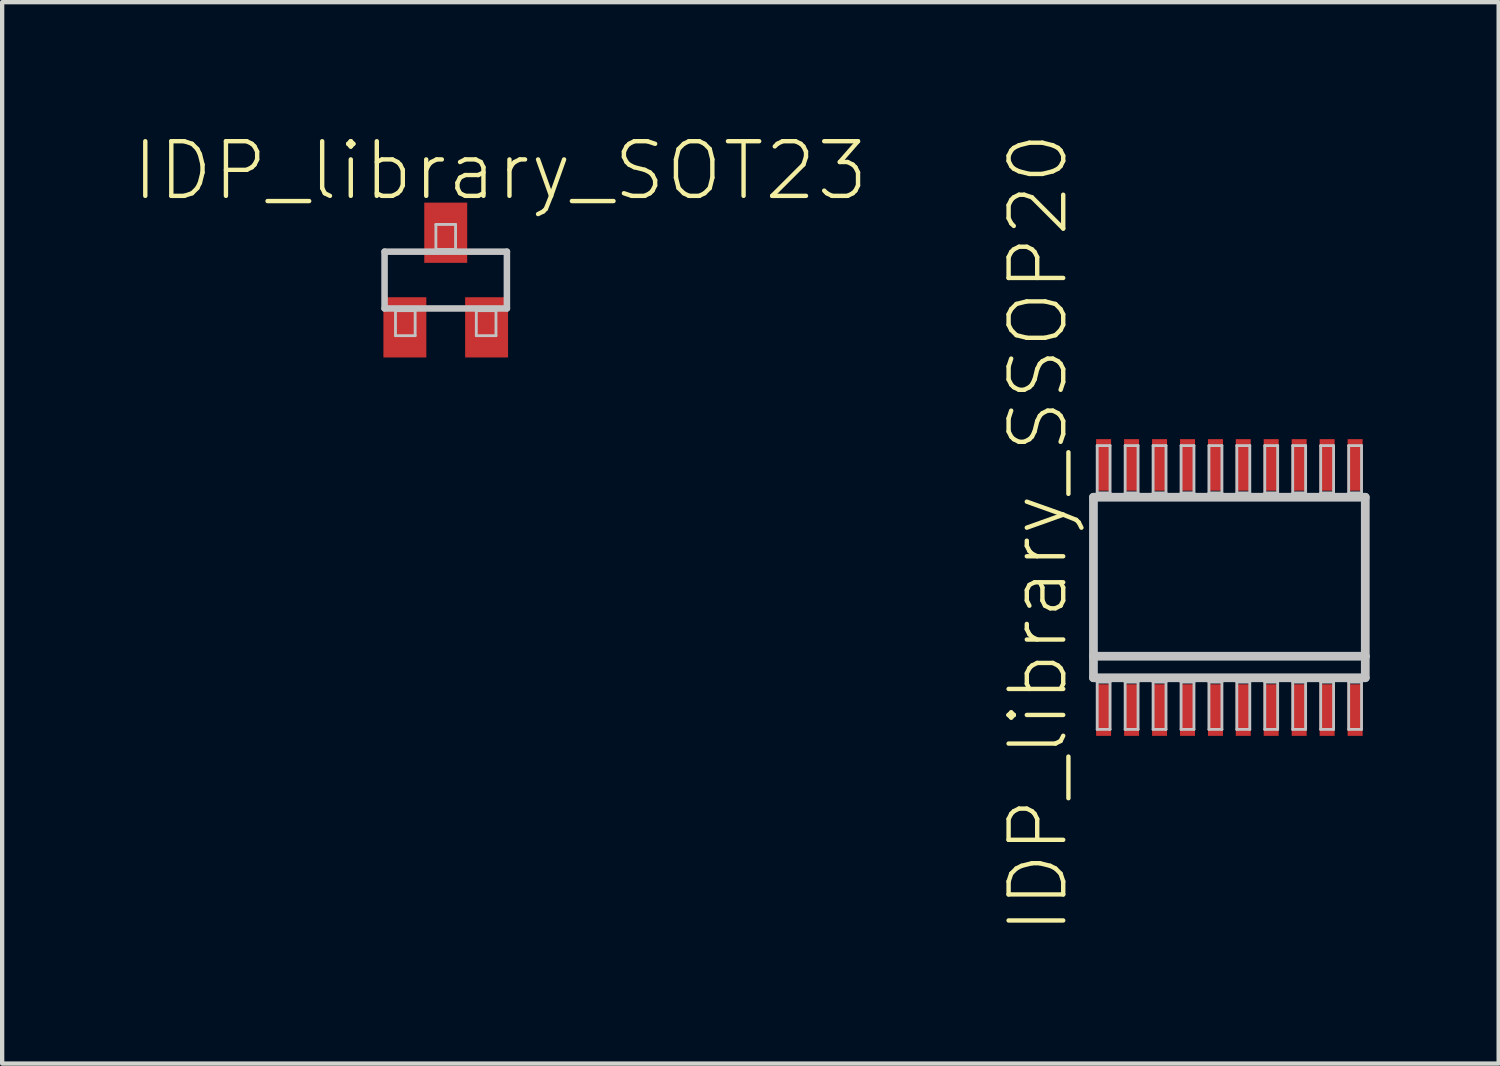
<source format=kicad_pcb>
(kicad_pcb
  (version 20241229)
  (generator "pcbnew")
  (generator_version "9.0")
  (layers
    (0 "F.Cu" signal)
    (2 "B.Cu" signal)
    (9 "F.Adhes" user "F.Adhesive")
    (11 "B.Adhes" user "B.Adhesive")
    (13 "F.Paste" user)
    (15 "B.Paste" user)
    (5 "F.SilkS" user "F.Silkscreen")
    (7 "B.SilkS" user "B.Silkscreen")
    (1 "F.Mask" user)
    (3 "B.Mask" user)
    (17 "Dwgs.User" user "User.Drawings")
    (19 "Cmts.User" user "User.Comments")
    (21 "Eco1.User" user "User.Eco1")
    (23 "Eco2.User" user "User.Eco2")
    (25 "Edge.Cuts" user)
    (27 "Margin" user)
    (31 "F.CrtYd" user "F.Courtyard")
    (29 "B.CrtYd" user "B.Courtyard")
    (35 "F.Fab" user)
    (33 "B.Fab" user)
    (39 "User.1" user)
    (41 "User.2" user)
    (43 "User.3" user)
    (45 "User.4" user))
  (footprint "IDP_library_SOT23"
    (layer "F.Cu")
    (at 7.313 3.461)
    (property "Reference" "IDP_library_SOT23" (at 1.27 -2.54 0) (layer "F.SilkS") (effects (font (size 1.27 1.27) (thickness 0.102))))
    (attr smd)
    (fp_line (start -1.422 -0.66) (end 1.422 -0.66) (stroke (width 0.152) (type solid)) (layer "Dwgs.User"))
    (fp_line (start -1.422 0.66) (end -1.422 -0.66) (stroke (width 0.152) (type solid)) (layer "Dwgs.User"))
    (fp_line (start -1.168 0.711) (end -0.711 0.711) (stroke (width 0.066) (type solid)) (layer "Dwgs.User"))
    (fp_line (start -1.168 1.293) (end -1.168 0.711) (stroke (width 0.066) (type solid)) (layer "Dwgs.User"))
    (fp_line (start -1.168 1.293) (end -0.711 1.293) (stroke (width 0.066) (type solid)) (layer "Dwgs.User"))
    (fp_line (start -0.711 1.293) (end -0.711 0.711) (stroke (width 0.066) (type solid)) (layer "Dwgs.User"))
    (fp_line (start -0.229 -1.293) (end 0.229 -1.293) (stroke (width 0.066) (type solid)) (layer "Dwgs.User"))
    (fp_line (start -0.229 -0.711) (end -0.229 -1.293) (stroke (width 0.066) (type solid)) (layer "Dwgs.User"))
    (fp_line (start -0.229 -0.711) (end 0.229 -0.711) (stroke (width 0.066) (type solid)) (layer "Dwgs.User"))
    (fp_line (start 0.229 -0.711) (end 0.229 -1.293) (stroke (width 0.066) (type solid)) (layer "Dwgs.User"))
    (fp_line (start 0.711 0.711) (end 1.168 0.711) (stroke (width 0.066) (type solid)) (layer "Dwgs.User"))
    (fp_line (start 0.711 1.293) (end 0.711 0.711) (stroke (width 0.066) (type solid)) (layer "Dwgs.User"))
    (fp_line (start 0.711 1.293) (end 1.168 1.293) (stroke (width 0.066) (type solid)) (layer "Dwgs.User"))
    (fp_line (start 1.168 1.293) (end 1.168 0.711) (stroke (width 0.066) (type solid)) (layer "Dwgs.User"))
    (fp_line (start 1.422 -0.66) (end 1.422 0.66) (stroke (width 0.152) (type solid)) (layer "Dwgs.User"))
    (fp_line (start 1.422 0.66) (end -1.422 0.66) (stroke (width 0.152) (type solid)) (layer "Dwgs.User"))
    (pad "1" smd rect (at -0.95 1.1) (size 0.998 1.4) (layers "F.Cu" "F.Mask" "F.Paste"))
    (pad "2" smd rect (at 0.95 1.1) (size 0.998 1.4) (layers "F.Cu" "F.Mask" "F.Paste"))
    (pad "3" smd rect (at 0 -1.1) (size 0.998 1.4) (layers "F.Cu" "F.Mask" "F.Paste")))
  (footprint "IDP_library_SSOP20"
    (layer "F.Cu")
    (at 25.532 10.609)
    (property "Reference" "IDP_library_SSOP20" (at -4.445 -1.27 90) (layer "F.SilkS") (effects (font (size 1.27 1.27) (thickness 0.102))))
    (attr smd)
    (fp_line (start -3.16 -2.098) (end 3.16 -2.098) (stroke (width 0.203) (type solid)) (layer "Dwgs.User"))
    (fp_line (start -3.16 1.598) (end -3.16 -2.098) (stroke (width 0.203) (type solid)) (layer "Dwgs.User"))
    (fp_line (start -3.16 2.098) (end -3.16 1.598) (stroke (width 0.203) (type solid)) (layer "Dwgs.User"))
    (fp_line (start -3.073 -3.299) (end -3.073 -2.2) (stroke (width 0.066) (type solid)) (layer "Dwgs.User"))
    (fp_line (start -3.073 2.2) (end -2.774 2.2) (stroke (width 0.066) (type solid)) (layer "Dwgs.User"))
    (fp_line (start -3.073 3.299) (end -3.073 2.2) (stroke (width 0.066) (type solid)) (layer "Dwgs.User"))
    (fp_line (start -3.073 3.299) (end -2.774 3.299) (stroke (width 0.066) (type solid)) (layer "Dwgs.User"))
    (fp_line (start -2.774 -3.299) (end -3.073 -3.299) (stroke (width 0.066) (type solid)) (layer "Dwgs.User"))
    (fp_line (start -2.774 -3.299) (end -2.774 -2.2) (stroke (width 0.066) (type solid)) (layer "Dwgs.User"))
    (fp_line (start -2.774 -2.2) (end -3.073 -2.2) (stroke (width 0.066) (type solid)) (layer "Dwgs.User"))
    (fp_line (start -2.774 3.299) (end -2.774 2.2) (stroke (width 0.066) (type solid)) (layer "Dwgs.User"))
    (fp_line (start -2.423 -3.299) (end -2.423 -2.2) (stroke (width 0.066) (type solid)) (layer "Dwgs.User"))
    (fp_line (start -2.423 2.2) (end -2.123 2.2) (stroke (width 0.066) (type solid)) (layer "Dwgs.User"))
    (fp_line (start -2.423 3.299) (end -2.423 2.2) (stroke (width 0.066) (type solid)) (layer "Dwgs.User"))
    (fp_line (start -2.423 3.299) (end -2.123 3.299) (stroke (width 0.066) (type solid)) (layer "Dwgs.User"))
    (fp_line (start -2.123 -3.299) (end -2.423 -3.299) (stroke (width 0.066) (type solid)) (layer "Dwgs.User"))
    (fp_line (start -2.123 -3.299) (end -2.123 -2.2) (stroke (width 0.066) (type solid)) (layer "Dwgs.User"))
    (fp_line (start -2.123 -2.2) (end -2.423 -2.2) (stroke (width 0.066) (type solid)) (layer "Dwgs.User"))
    (fp_line (start -2.123 3.299) (end -2.123 2.2) (stroke (width 0.066) (type solid)) (layer "Dwgs.User"))
    (fp_line (start -1.773 -3.299) (end -1.773 -2.2) (stroke (width 0.066) (type solid)) (layer "Dwgs.User"))
    (fp_line (start -1.773 2.2) (end -1.473 2.2) (stroke (width 0.066) (type solid)) (layer "Dwgs.User"))
    (fp_line (start -1.773 3.299) (end -1.773 2.2) (stroke (width 0.066) (type solid)) (layer "Dwgs.User"))
    (fp_line (start -1.773 3.299) (end -1.473 3.299) (stroke (width 0.066) (type solid)) (layer "Dwgs.User"))
    (fp_line (start -1.473 -3.299) (end -1.773 -3.299) (stroke (width 0.066) (type solid)) (layer "Dwgs.User"))
    (fp_line (start -1.473 -3.299) (end -1.473 -2.2) (stroke (width 0.066) (type solid)) (layer "Dwgs.User"))
    (fp_line (start -1.473 -2.2) (end -1.773 -2.2) (stroke (width 0.066) (type solid)) (layer "Dwgs.User"))
    (fp_line (start -1.473 3.299) (end -1.473 2.2) (stroke (width 0.066) (type solid)) (layer "Dwgs.User"))
    (fp_line (start -1.123 -3.299) (end -1.123 -2.2) (stroke (width 0.066) (type solid)) (layer "Dwgs.User"))
    (fp_line (start -1.123 2.2) (end -0.823 2.2) (stroke (width 0.066) (type solid)) (layer "Dwgs.User"))
    (fp_line (start -1.123 3.299) (end -1.123 2.2) (stroke (width 0.066) (type solid)) (layer "Dwgs.User"))
    (fp_line (start -1.123 3.299) (end -0.823 3.299) (stroke (width 0.066) (type solid)) (layer "Dwgs.User"))
    (fp_line (start -0.823 -3.299) (end -1.123 -3.299) (stroke (width 0.066) (type solid)) (layer "Dwgs.User"))
    (fp_line (start -0.823 -3.299) (end -0.823 -2.2) (stroke (width 0.066) (type solid)) (layer "Dwgs.User"))
    (fp_line (start -0.823 -2.2) (end -1.123 -2.2) (stroke (width 0.066) (type solid)) (layer "Dwgs.User"))
    (fp_line (start -0.823 3.299) (end -0.823 2.2) (stroke (width 0.066) (type solid)) (layer "Dwgs.User"))
    (fp_line (start -0.475 -3.299) (end -0.475 -2.2) (stroke (width 0.066) (type solid)) (layer "Dwgs.User"))
    (fp_line (start -0.475 2.2) (end -0.173 2.2) (stroke (width 0.066) (type solid)) (layer "Dwgs.User"))
    (fp_line (start -0.475 3.299) (end -0.475 2.2) (stroke (width 0.066) (type solid)) (layer "Dwgs.User"))
    (fp_line (start -0.475 3.299) (end -0.173 3.299) (stroke (width 0.066) (type solid)) (layer "Dwgs.User"))
    (fp_line (start -0.173 -3.299) (end -0.475 -3.299) (stroke (width 0.066) (type solid)) (layer "Dwgs.User"))
    (fp_line (start -0.173 -3.299) (end -0.173 -2.2) (stroke (width 0.066) (type solid)) (layer "Dwgs.User"))
    (fp_line (start -0.173 -2.2) (end -0.475 -2.2) (stroke (width 0.066) (type solid)) (layer "Dwgs.User"))
    (fp_line (start -0.173 3.299) (end -0.173 2.2) (stroke (width 0.066) (type solid)) (layer "Dwgs.User"))
    (fp_line (start 0.173 -3.299) (end 0.173 -2.2) (stroke (width 0.066) (type solid)) (layer "Dwgs.User"))
    (fp_line (start 0.173 2.2) (end 0.475 2.2) (stroke (width 0.066) (type solid)) (layer "Dwgs.User"))
    (fp_line (start 0.173 3.299) (end 0.173 2.2) (stroke (width 0.066) (type solid)) (layer "Dwgs.User"))
    (fp_line (start 0.173 3.299) (end 0.475 3.299) (stroke (width 0.066) (type solid)) (layer "Dwgs.User"))
    (fp_line (start 0.475 -3.299) (end 0.173 -3.299) (stroke (width 0.066) (type solid)) (layer "Dwgs.User"))
    (fp_line (start 0.475 -3.299) (end 0.475 -2.2) (stroke (width 0.066) (type solid)) (layer "Dwgs.User"))
    (fp_line (start 0.475 -2.2) (end 0.173 -2.2) (stroke (width 0.066) (type solid)) (layer "Dwgs.User"))
    (fp_line (start 0.475 3.299) (end 0.475 2.2) (stroke (width 0.066) (type solid)) (layer "Dwgs.User"))
    (fp_line (start 0.823 -3.299) (end 0.823 -2.2) (stroke (width 0.066) (type solid)) (layer "Dwgs.User"))
    (fp_line (start 0.823 2.2) (end 1.123 2.2) (stroke (width 0.066) (type solid)) (layer "Dwgs.User"))
    (fp_line (start 0.823 3.299) (end 0.823 2.2) (stroke (width 0.066) (type solid)) (layer "Dwgs.User"))
    (fp_line (start 0.823 3.299) (end 1.123 3.299) (stroke (width 0.066) (type solid)) (layer "Dwgs.User"))
    (fp_line (start 1.123 -3.299) (end 0.823 -3.299) (stroke (width 0.066) (type solid)) (layer "Dwgs.User"))
    (fp_line (start 1.123 -3.299) (end 1.123 -2.2) (stroke (width 0.066) (type solid)) (layer "Dwgs.User"))
    (fp_line (start 1.123 -2.2) (end 0.823 -2.2) (stroke (width 0.066) (type solid)) (layer "Dwgs.User"))
    (fp_line (start 1.123 3.299) (end 1.123 2.2) (stroke (width 0.066) (type solid)) (layer "Dwgs.User"))
    (fp_line (start 1.473 -3.299) (end 1.473 -2.2) (stroke (width 0.066) (type solid)) (layer "Dwgs.User"))
    (fp_line (start 1.473 2.2) (end 1.773 2.2) (stroke (width 0.066) (type solid)) (layer "Dwgs.User"))
    (fp_line (start 1.473 3.299) (end 1.473 2.2) (stroke (width 0.066) (type solid)) (layer "Dwgs.User"))
    (fp_line (start 1.473 3.299) (end 1.773 3.299) (stroke (width 0.066) (type solid)) (layer "Dwgs.User"))
    (fp_line (start 1.773 -3.299) (end 1.473 -3.299) (stroke (width 0.066) (type solid)) (layer "Dwgs.User"))
    (fp_line (start 1.773 -3.299) (end 1.773 -2.2) (stroke (width 0.066) (type solid)) (layer "Dwgs.User"))
    (fp_line (start 1.773 -2.2) (end 1.473 -2.2) (stroke (width 0.066) (type solid)) (layer "Dwgs.User"))
    (fp_line (start 1.773 3.299) (end 1.773 2.2) (stroke (width 0.066) (type solid)) (layer "Dwgs.User"))
    (fp_line (start 2.123 -3.299) (end 2.123 -2.2) (stroke (width 0.066) (type solid)) (layer "Dwgs.User"))
    (fp_line (start 2.123 2.2) (end 2.423 2.2) (stroke (width 0.066) (type solid)) (layer "Dwgs.User"))
    (fp_line (start 2.123 3.299) (end 2.123 2.2) (stroke (width 0.066) (type solid)) (layer "Dwgs.User"))
    (fp_line (start 2.123 3.299) (end 2.423 3.299) (stroke (width 0.066) (type solid)) (layer "Dwgs.User"))
    (fp_line (start 2.423 -3.299) (end 2.123 -3.299) (stroke (width 0.066) (type solid)) (layer "Dwgs.User"))
    (fp_line (start 2.423 -3.299) (end 2.423 -2.2) (stroke (width 0.066) (type solid)) (layer "Dwgs.User"))
    (fp_line (start 2.423 -2.2) (end 2.123 -2.2) (stroke (width 0.066) (type solid)) (layer "Dwgs.User"))
    (fp_line (start 2.423 3.299) (end 2.423 2.2) (stroke (width 0.066) (type solid)) (layer "Dwgs.User"))
    (fp_line (start 2.774 -3.299) (end 2.774 -2.2) (stroke (width 0.066) (type solid)) (layer "Dwgs.User"))
    (fp_line (start 2.774 2.2) (end 3.073 2.2) (stroke (width 0.066) (type solid)) (layer "Dwgs.User"))
    (fp_line (start 2.774 3.299) (end 2.774 2.2) (stroke (width 0.066) (type solid)) (layer "Dwgs.User"))
    (fp_line (start 2.774 3.299) (end 3.073 3.299) (stroke (width 0.066) (type solid)) (layer "Dwgs.User"))
    (fp_line (start 3.073 -3.299) (end 2.774 -3.299) (stroke (width 0.066) (type solid)) (layer "Dwgs.User"))
    (fp_line (start 3.073 -3.299) (end 3.073 -2.2) (stroke (width 0.066) (type solid)) (layer "Dwgs.User"))
    (fp_line (start 3.073 -2.2) (end 2.774 -2.2) (stroke (width 0.066) (type solid)) (layer "Dwgs.User"))
    (fp_line (start 3.073 3.299) (end 3.073 2.2) (stroke (width 0.066) (type solid)) (layer "Dwgs.User"))
    (fp_line (start 3.16 -2.098) (end 3.16 1.598) (stroke (width 0.203) (type solid)) (layer "Dwgs.User"))
    (fp_line (start 3.16 1.598) (end -3.16 1.598) (stroke (width 0.203) (type solid)) (layer "Dwgs.User"))
    (fp_line (start 3.16 1.598) (end 3.16 2.098) (stroke (width 0.203) (type solid)) (layer "Dwgs.User"))
    (fp_line (start 3.16 2.098) (end -3.16 2.098) (stroke (width 0.203) (type solid)) (layer "Dwgs.User"))
    (pad "1" smd rect (at -2.924 2.85) (size 0.348 1.199) (layers "F.Cu" "F.Mask" "F.Paste"))
    (pad "2" smd rect (at -2.273 2.85) (size 0.348 1.199) (layers "F.Cu" "F.Mask" "F.Paste"))
    (pad "3" smd rect (at -1.623 2.85) (size 0.348 1.199) (layers "F.Cu" "F.Mask" "F.Paste"))
    (pad "4" smd rect (at -0.973 2.85) (size 0.348 1.199) (layers "F.Cu" "F.Mask" "F.Paste"))
    (pad "5" smd rect (at -0.323 2.85) (size 0.348 1.199) (layers "F.Cu" "F.Mask" "F.Paste"))
    (pad "6" smd rect (at 0.323 2.85) (size 0.348 1.199) (layers "F.Cu" "F.Mask" "F.Paste"))
    (pad "7" smd rect (at 0.973 2.85) (size 0.348 1.199) (layers "F.Cu" "F.Mask" "F.Paste"))
    (pad "8" smd rect (at 1.623 2.85) (size 0.348 1.199) (layers "F.Cu" "F.Mask" "F.Paste"))
    (pad "9" smd rect (at 2.273 2.85) (size 0.348 1.199) (layers "F.Cu" "F.Mask" "F.Paste"))
    (pad "10" smd rect (at 2.924 2.85) (size 0.348 1.199) (layers "F.Cu" "F.Mask" "F.Paste"))
    (pad "11" smd rect (at 2.924 -2.85 180) (size 0.348 1.199) (layers "F.Cu" "F.Mask" "F.Paste"))
    (pad "12" smd rect (at 2.273 -2.85 180) (size 0.348 1.199) (layers "F.Cu" "F.Mask" "F.Paste"))
    (pad "13" smd rect (at 1.623 -2.85 180) (size 0.348 1.199) (layers "F.Cu" "F.Mask" "F.Paste"))
    (pad "14" smd rect (at 0.973 -2.85 180) (size 0.348 1.199) (layers "F.Cu" "F.Mask" "F.Paste"))
    (pad "15" smd rect (at 0.323 -2.85 180) (size 0.348 1.199) (layers "F.Cu" "F.Mask" "F.Paste"))
    (pad "16" smd rect (at -0.323 -2.85 180) (size 0.348 1.199) (layers "F.Cu" "F.Mask" "F.Paste"))
    (pad "17" smd rect (at -0.973 -2.85 180) (size 0.348 1.199) (layers "F.Cu" "F.Mask" "F.Paste"))
    (pad "18" smd rect (at -1.623 -2.85 180) (size 0.348 1.199) (layers "F.Cu" "F.Mask" "F.Paste"))
    (pad "19" smd rect (at -2.273 -2.85 180) (size 0.348 1.199) (layers "F.Cu" "F.Mask" "F.Paste"))
    (pad "20" smd rect (at -2.924 -2.85 180) (size 0.348 1.199) (layers "F.Cu" "F.Mask" "F.Paste")))
  (gr_rect
    (start -3 -3)
    (end 31.793 21.677)
    (stroke (width 0.1) (type default))
    (fill no)
    (layer "Edge.Cuts")))
</source>
